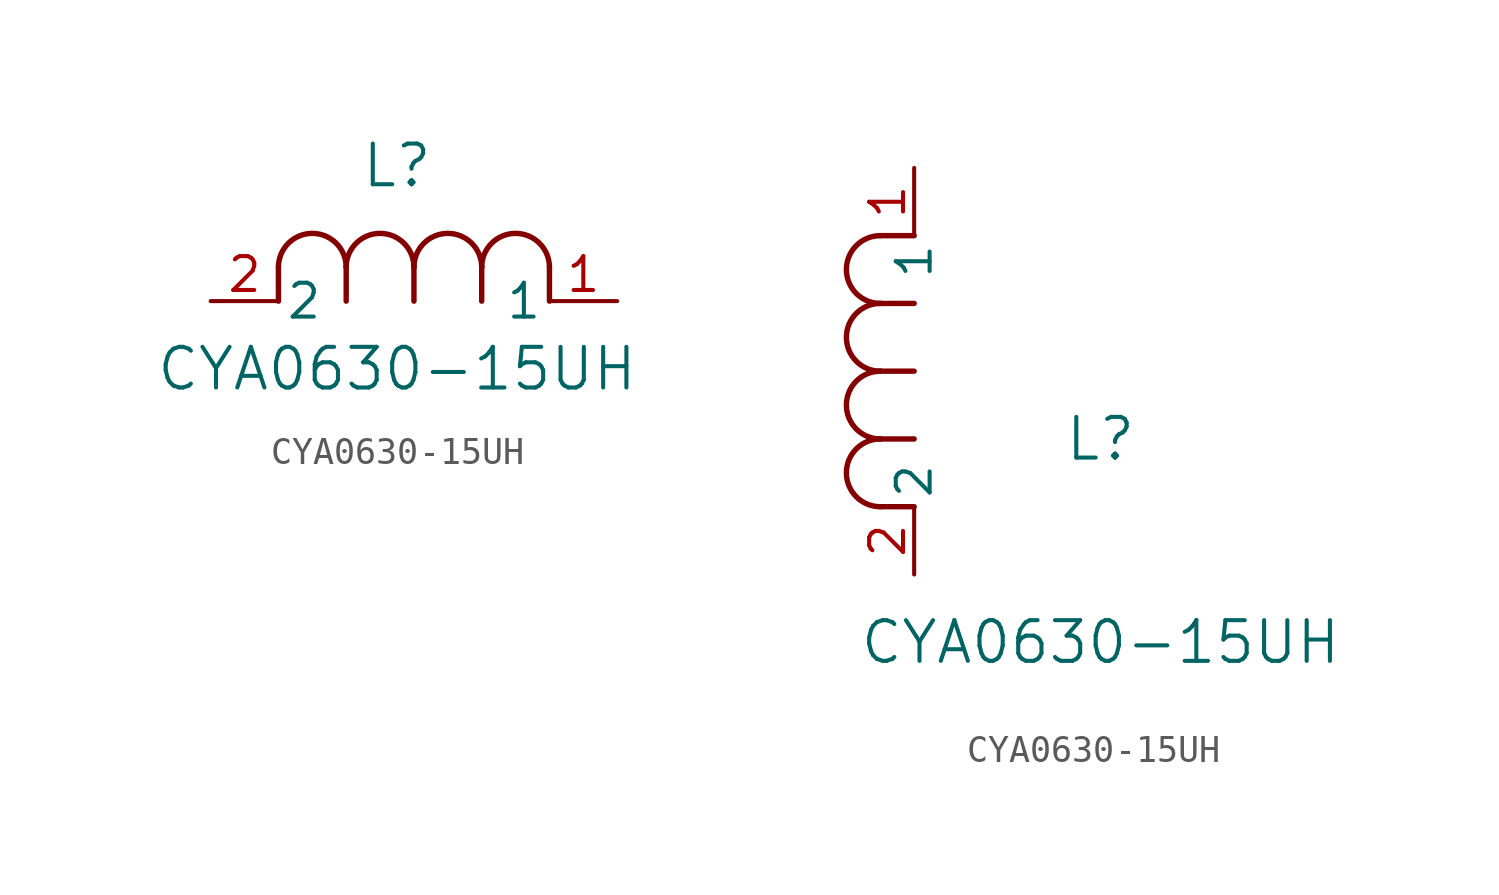
<source format=kicad_sym>
(kicad_symbol_lib
  (version 20211014)
  (generator kicad_symbol_editor)
  (symbol "CYA0630-15UH"
    (pin_names
      (offset 0.254))
    (property "Reference" "L"
      (at 6.985 5.08 0)
      (effects (font (size 1.524 1.524))))
    (property "Value" "CYA0630-15UH"
      (at 6.985 -2.54 0)
      (effects (font (size 1.524 1.524))))
    (symbol "CYA0630-15UH_1_1"
      (arc (start 7.62 1.27) (mid 6.35 2.54) (end 5.08 1.27) (stroke (width 0.2032) (type default) (color 0 0 0 0)) (fill (type none)))
      (polyline (pts (xy 5.08 0) (xy 5.08 1.27)) (stroke (width 0.203) (type default) (color 0 0 0 0)) (fill (type none)))
      (polyline (pts (xy 7.62 0) (xy 7.62 1.27)) (stroke (width 0.203) (type default) (color 0 0 0 0)) (fill (type none)))
      (polyline (pts (xy 12.7 0) (xy 12.7 1.27)) (stroke (width 0.203) (type default) (color 0 0 0 0)) (fill (type none)))
      (arc (start 5.08 1.27) (mid 3.81 2.54) (end 2.54 1.27) (stroke (width 0.2032) (type default) (color 0 0 0 0)) (fill (type none)))
      (arc (start 10.16 1.27) (mid 8.89 2.54) (end 7.62 1.27) (stroke (width 0.2032) (type default) (color 0 0 0 0)) (fill (type none)))
      (arc (start 12.7 1.27) (mid 11.43 2.54) (end 10.16 1.27) (stroke (width 0.2032) (type default) (color 0 0 0 0)) (fill (type none)))
      (polyline (pts (xy 2.54 0) (xy 2.54 1.27)) (stroke (width 0.203) (type default) (color 0 0 0 0)) (fill (type none)))
      (polyline (pts (xy 10.16 0) (xy 10.16 1.27)) (stroke (width 0.203) (type default) (color 0 0 0 0)) (fill (type none)))
      (pin unspecified line (at 0 0 0) (length 2.54) (name "2" (effects (font (size 1.27 1.27)))) (number "2" (effects (font (size 1.27 1.27)))))
      (pin unspecified line (at 15.24 0 180) (length 2.54) (name "1" (effects (font (size 1.27 1.27)))) (number "1" (effects (font (size 1.27 1.27))))))
    (symbol "CYA0630-15UH_1_2"
      (arc (start -1.27 7.62) (mid -2.54 6.35) (end -1.27 5.08) (stroke (width 0.2032) (type default) (color 0 0 0 0)) (fill (type none)))
      (arc (start -1.27 5.08) (mid -2.54 3.81) (end -1.27 2.54) (stroke (width 0.2032) (type default) (color 0 0 0 0)) (fill (type none)))
      (arc (start -1.27 12.7) (mid -2.54 11.43) (end -1.27 10.16) (stroke (width 0.2032) (type default) (color 0 0 0 0)) (fill (type none)))
      (arc (start -1.27 10.16) (mid -2.54 8.89) (end -1.27 7.62) (stroke (width 0.2032) (type default) (color 0 0 0 0)) (fill (type none)))
      (polyline (pts (xy 0 7.62) (xy -1.27 7.62)) (stroke (width 0.203) (type default) (color 0 0 0 0)) (fill (type none)))
      (polyline (pts (xy 0 5.08) (xy -1.27 5.08)) (stroke (width 0.203) (type default) (color 0 0 0 0)) (fill (type none)))
      (polyline (pts (xy 0 12.7) (xy -1.27 12.7)) (stroke (width 0.203) (type default) (color 0 0 0 0)) (fill (type none)))
      (polyline (pts (xy 0 2.54) (xy -1.27 2.54)) (stroke (width 0.203) (type default) (color 0 0 0 0)) (fill (type none)))
      (polyline (pts (xy 0 10.16) (xy -1.27 10.16)) (stroke (width 0.203) (type default) (color 0 0 0 0)) (fill (type none)))
      (pin unspecified line (at 0 0 90) (length 2.54) (name "2" (effects (font (size 1.27 1.27)))) (number "2" (effects (font (size 1.27 1.27)))))
      (pin unspecified line (at 0 15.24 270) (length 2.54) (name "1" (effects (font (size 1.27 1.27)))) (number "1" (effects (font (size 1.27 1.27))))))))
</source>
